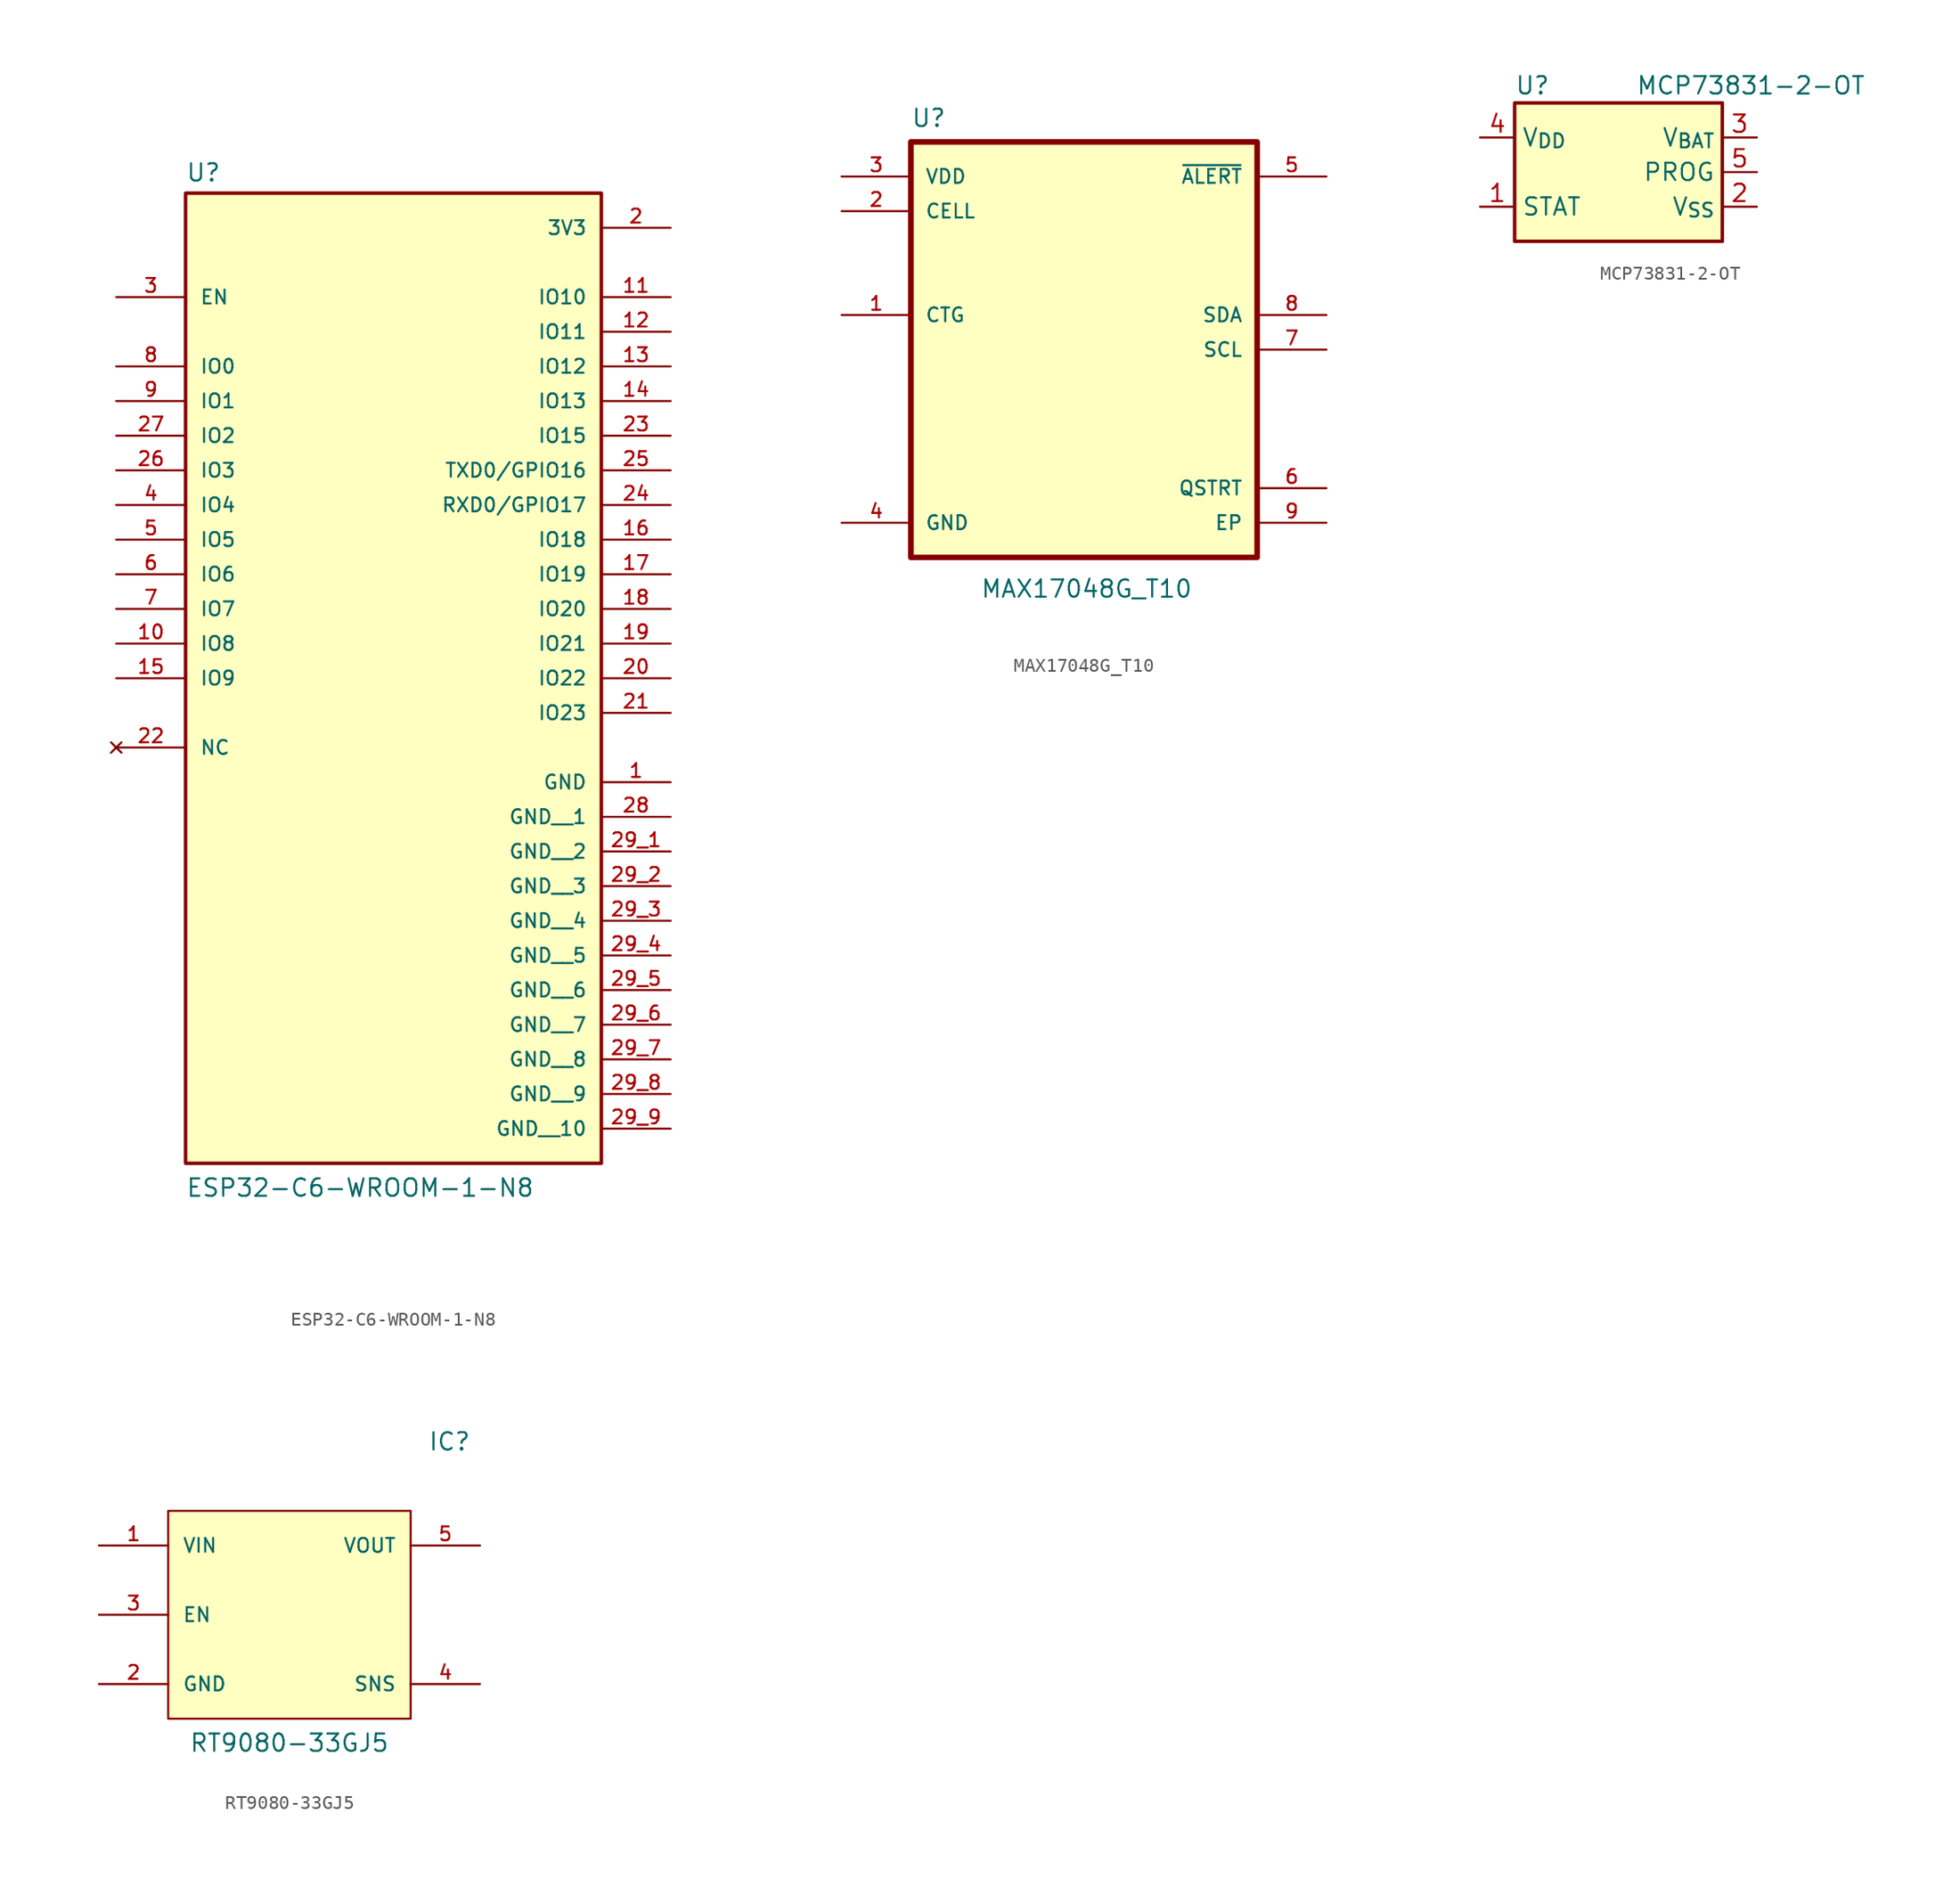
<source format=kicad_sym>
(kicad_symbol_lib
  (version 20231120)
  (generator "kicad_symbol_editor")
  (generator_version "8.0")
  (symbol "ESP32-C6-WROOM-1-N8"
    (pin_names
      (offset 1.016))
    (property "Reference" "U"
      (at -15.24 23.622 0)
      (effects (font (size 1.27 1.27)) (justify left bottom)))
    (property "Value" "ESP32-C6-WROOM-1-N8"
      (at -15.24 -50.8 0)
      (effects (font (size 1.27 1.27)) (justify left bottom)))
    (symbol "ESP32-C6-WROOM-1-N8_0_0"
      (rectangle (start -15.24 -48.26) (end 15.24 22.86) (stroke (width 0.254) (type default)) (fill (type background)))
      (pin power_in line (at 20.32 -20.32 180) (length 5.08) (name "GND" (effects (font (size 1.016 1.016)))) (number "1" (effects (font (size 1.016 1.016)))))
      (pin bidirectional line (at -20.32 -10.16 0) (length 5.08) (name "IO8" (effects (font (size 1.016 1.016)))) (number "10" (effects (font (size 1.016 1.016)))))
      (pin bidirectional line (at 20.32 15.24 180) (length 5.08) (name "IO10" (effects (font (size 1.016 1.016)))) (number "11" (effects (font (size 1.016 1.016)))))
      (pin bidirectional line (at 20.32 12.7 180) (length 5.08) (name "IO11" (effects (font (size 1.016 1.016)))) (number "12" (effects (font (size 1.016 1.016)))))
      (pin bidirectional line (at 20.32 10.16 180) (length 5.08) (name "IO12" (effects (font (size 1.016 1.016)))) (number "13" (effects (font (size 1.016 1.016)))))
      (pin bidirectional line (at 20.32 7.62 180) (length 5.08) (name "IO13" (effects (font (size 1.016 1.016)))) (number "14" (effects (font (size 1.016 1.016)))))
      (pin bidirectional line (at -20.32 -12.7 0) (length 5.08) (name "IO9" (effects (font (size 1.016 1.016)))) (number "15" (effects (font (size 1.016 1.016)))))
      (pin bidirectional line (at 20.32 -2.54 180) (length 5.08) (name "IO18" (effects (font (size 1.016 1.016)))) (number "16" (effects (font (size 1.016 1.016)))))
      (pin bidirectional line (at 20.32 -5.08 180) (length 5.08) (name "IO19" (effects (font (size 1.016 1.016)))) (number "17" (effects (font (size 1.016 1.016)))))
      (pin bidirectional line (at 20.32 -7.62 180) (length 5.08) (name "IO20" (effects (font (size 1.016 1.016)))) (number "18" (effects (font (size 1.016 1.016)))))
      (pin bidirectional line (at 20.32 -10.16 180) (length 5.08) (name "IO21" (effects (font (size 1.016 1.016)))) (number "19" (effects (font (size 1.016 1.016)))))
      (pin power_in line (at 20.32 20.32 180) (length 5.08) (name "3V3" (effects (font (size 1.016 1.016)))) (number "2" (effects (font (size 1.016 1.016)))))
      (pin bidirectional line (at 20.32 -12.7 180) (length 5.08) (name "IO22" (effects (font (size 1.016 1.016)))) (number "20" (effects (font (size 1.016 1.016)))))
      (pin bidirectional line (at 20.32 -15.24 180) (length 5.08) (name "IO23" (effects (font (size 1.016 1.016)))) (number "21" (effects (font (size 1.016 1.016)))))
      (pin no_connect line (at -20.32 -17.78 0) (length 5.08) (name "NC" (effects (font (size 1.016 1.016)))) (number "22" (effects (font (size 1.016 1.016)))))
      (pin bidirectional line (at 20.32 5.08 180) (length 5.08) (name "IO15" (effects (font (size 1.016 1.016)))) (number "23" (effects (font (size 1.016 1.016)))))
      (pin bidirectional line (at 20.32 0 180) (length 5.08) (name "RXD0/GPIO17" (effects (font (size 1.016 1.016)))) (number "24" (effects (font (size 1.016 1.016)))))
      (pin bidirectional line (at 20.32 2.54 180) (length 5.08) (name "TXD0/GPIO16" (effects (font (size 1.016 1.016)))) (number "25" (effects (font (size 1.016 1.016)))))
      (pin bidirectional line (at -20.32 2.54 0) (length 5.08) (name "IO3" (effects (font (size 1.016 1.016)))) (number "26" (effects (font (size 1.016 1.016)))))
      (pin bidirectional line (at -20.32 5.08 0) (length 5.08) (name "IO2" (effects (font (size 1.016 1.016)))) (number "27" (effects (font (size 1.016 1.016)))))
      (pin power_in line (at 20.32 -22.86 180) (length 5.08) (name "GND__1" (effects (font (size 1.016 1.016)))) (number "28" (effects (font (size 1.016 1.016)))))
      (pin power_in line (at 20.32 -25.4 180) (length 5.08) (name "GND__2" (effects (font (size 1.016 1.016)))) (number "29_1" (effects (font (size 1.016 1.016)))))
      (pin power_in line (at 20.32 -27.94 180) (length 5.08) (name "GND__3" (effects (font (size 1.016 1.016)))) (number "29_2" (effects (font (size 1.016 1.016)))))
      (pin power_in line (at 20.32 -30.48 180) (length 5.08) (name "GND__4" (effects (font (size 1.016 1.016)))) (number "29_3" (effects (font (size 1.016 1.016)))))
      (pin power_in line (at 20.32 -33.02 180) (length 5.08) (name "GND__5" (effects (font (size 1.016 1.016)))) (number "29_4" (effects (font (size 1.016 1.016)))))
      (pin power_in line (at 20.32 -35.56 180) (length 5.08) (name "GND__6" (effects (font (size 1.016 1.016)))) (number "29_5" (effects (font (size 1.016 1.016)))))
      (pin power_in line (at 20.32 -38.1 180) (length 5.08) (name "GND__7" (effects (font (size 1.016 1.016)))) (number "29_6" (effects (font (size 1.016 1.016)))))
      (pin power_in line (at 20.32 -40.64 180) (length 5.08) (name "GND__8" (effects (font (size 1.016 1.016)))) (number "29_7" (effects (font (size 1.016 1.016)))))
      (pin power_in line (at 20.32 -43.18 180) (length 5.08) (name "GND__9" (effects (font (size 1.016 1.016)))) (number "29_8" (effects (font (size 1.016 1.016)))))
      (pin power_in line (at 20.32 -45.72 180) (length 5.08) (name "GND__10" (effects (font (size 1.016 1.016)))) (number "29_9" (effects (font (size 1.016 1.016)))))
      (pin input line (at -20.32 15.24 0) (length 5.08) (name "EN" (effects (font (size 1.016 1.016)))) (number "3" (effects (font (size 1.016 1.016)))))
      (pin bidirectional line (at -20.32 0 0) (length 5.08) (name "IO4" (effects (font (size 1.016 1.016)))) (number "4" (effects (font (size 1.016 1.016)))))
      (pin bidirectional line (at -20.32 -2.54 0) (length 5.08) (name "IO5" (effects (font (size 1.016 1.016)))) (number "5" (effects (font (size 1.016 1.016)))))
      (pin bidirectional line (at -20.32 -5.08 0) (length 5.08) (name "IO6" (effects (font (size 1.016 1.016)))) (number "6" (effects (font (size 1.016 1.016)))))
      (pin bidirectional line (at -20.32 -7.62 0) (length 5.08) (name "IO7" (effects (font (size 1.016 1.016)))) (number "7" (effects (font (size 1.016 1.016)))))
      (pin bidirectional line (at -20.32 10.16 0) (length 5.08) (name "IO0" (effects (font (size 1.016 1.016)))) (number "8" (effects (font (size 1.016 1.016)))))
      (pin bidirectional line (at -20.32 7.62 0) (length 5.08) (name "IO1" (effects (font (size 1.016 1.016)))) (number "9" (effects (font (size 1.016 1.016)))))))
  (symbol "MAX17048G_T10"
    (pin_names
      (offset 1.016))
    (property "Reference" "U"
      (at -12.7 16.24 0)
      (effects (font (size 1.27 1.27)) (justify left bottom)))
    (property "Value" "MAX17048G_T10"
      (at -7.62 -18.288 0)
      (effects (font (size 1.27 1.27)) (justify left bottom)))
    (symbol "MAX17048G_T10_0_0"
      (rectangle (start -12.7 15.24) (end 12.7 -15.24) (stroke (width 0.41) (type default)) (fill (type background)))
      (pin power_in line (at -17.78 2.54 0) (length 5.08) (name "CTG" (effects (font (size 1.016 1.016)))) (number "1" (effects (font (size 1.016 1.016)))))
      (pin power_in line (at -17.78 10.16 0) (length 5.08) (name "CELL" (effects (font (size 1.016 1.016)))) (number "2" (effects (font (size 1.016 1.016)))))
      (pin power_in line (at -17.78 12.7 0) (length 5.08) (name "VDD" (effects (font (size 1.016 1.016)))) (number "3" (effects (font (size 1.016 1.016)))))
      (pin power_in line (at -17.78 -12.7 0) (length 5.08) (name "GND" (effects (font (size 1.016 1.016)))) (number "4" (effects (font (size 1.016 1.016)))))
      (pin output line (at 17.78 12.7 180) (length 5.08) (name "~{ALERT}" (effects (font (size 1.016 1.016)))) (number "5" (effects (font (size 1.016 1.016)))))
      (pin input line (at 17.78 -10.16 180) (length 5.08) (name "QSTRT" (effects (font (size 1.016 1.016)))) (number "6" (effects (font (size 1.016 1.016)))))
      (pin input line (at 17.78 0 180) (length 5.08) (name "SCL" (effects (font (size 1.016 1.016)))) (number "7" (effects (font (size 1.016 1.016)))))
      (pin bidirectional line (at 17.78 2.54 180) (length 5.08) (name "SDA" (effects (font (size 1.016 1.016)))) (number "8" (effects (font (size 1.016 1.016)))))
      (pin power_in line (at 17.78 -12.7 180) (length 5.08) (name "EP" (effects (font (size 1.016 1.016)))) (number "9" (effects (font (size 1.016 1.016)))))))
  (symbol "MCP73831-2-OT"
    (property "Reference" "U"
      (at -7.62 6.35 0)
      (effects (font (size 1.27 1.27)) (justify left)))
    (property "Value" "MCP73831-2-OT"
      (at 1.27 6.35 0)
      (effects (font (size 1.27 1.27)) (justify left)))
    (symbol "MCP73831-2-OT_0_1"
      (rectangle (start -7.62 5.08) (end 7.62 -5.08) (stroke (width 0.254) (type default)) (fill (type background))))
    (symbol "MCP73831-2-OT_1_1"
      (pin tri_state line (at -10.16 -2.54 0) (length 2.54) (name "STAT" (effects (font (size 1.27 1.27)))) (number "1" (effects (font (size 1.27 1.27)))))
      (pin power_in line (at 10.16 -2.54 180) (length 2.54) (name "V_{SS}" (effects (font (size 1.27 1.27)))) (number "2" (effects (font (size 1.27 1.27)))))
      (pin power_out line (at 10.16 2.54 180) (length 2.54) (name "V_{BAT}" (effects (font (size 1.27 1.27)))) (number "3" (effects (font (size 1.27 1.27)))))
      (pin power_in line (at -10.16 2.54 0) (length 2.54) (name "V_{DD}" (effects (font (size 1.27 1.27)))) (number "4" (effects (font (size 1.27 1.27)))))
      (pin input line (at 10.16 0 180) (length 2.54) (name "PROG" (effects (font (size 1.27 1.27)))) (number "5" (effects (font (size 1.27 1.27)))))))
  (symbol "RT9080-33GJ5"
    (pin_names
      (offset 1.016))
    (property "Reference" "IC"
      (at 24.13 7.62 0)
      (effects (font (size 1.27 1.27)) (justify left)))
    (property "Value" "RT9080-33GJ5"
      (at 6.604 -14.478 0)
      (effects (font (size 1.27 1.27)) (justify left)))
    (symbol "RT9080-33GJ5_0_0"
      (pin bidirectional line (at 0 0 0) (length 5.08) (name "VIN" (effects (font (size 1.016 1.016)))) (number "1" (effects (font (size 1.016 1.016)))))
      (pin bidirectional line (at 0 -10.16 0) (length 5.08) (name "GND" (effects (font (size 1.016 1.016)))) (number "2" (effects (font (size 1.016 1.016)))))
      (pin bidirectional line (at 0 -5.08 0) (length 5.08) (name "EN" (effects (font (size 1.016 1.016)))) (number "3" (effects (font (size 1.016 1.016)))))
      (pin bidirectional line (at 27.94 -10.16 180) (length 5.08) (name "SNS" (effects (font (size 1.016 1.016)))) (number "4" (effects (font (size 1.016 1.016)))))
      (pin bidirectional line (at 27.94 0 180) (length 5.08) (name "VOUT" (effects (font (size 1.016 1.016)))) (number "5" (effects (font (size 1.016 1.016))))))
    (symbol "RT9080-33GJ5_1_0"
      (rectangle (start 5.08 2.54) (end 22.86 -12.7) (stroke (width 0) (type default)) (fill (type background))))))
</source>
